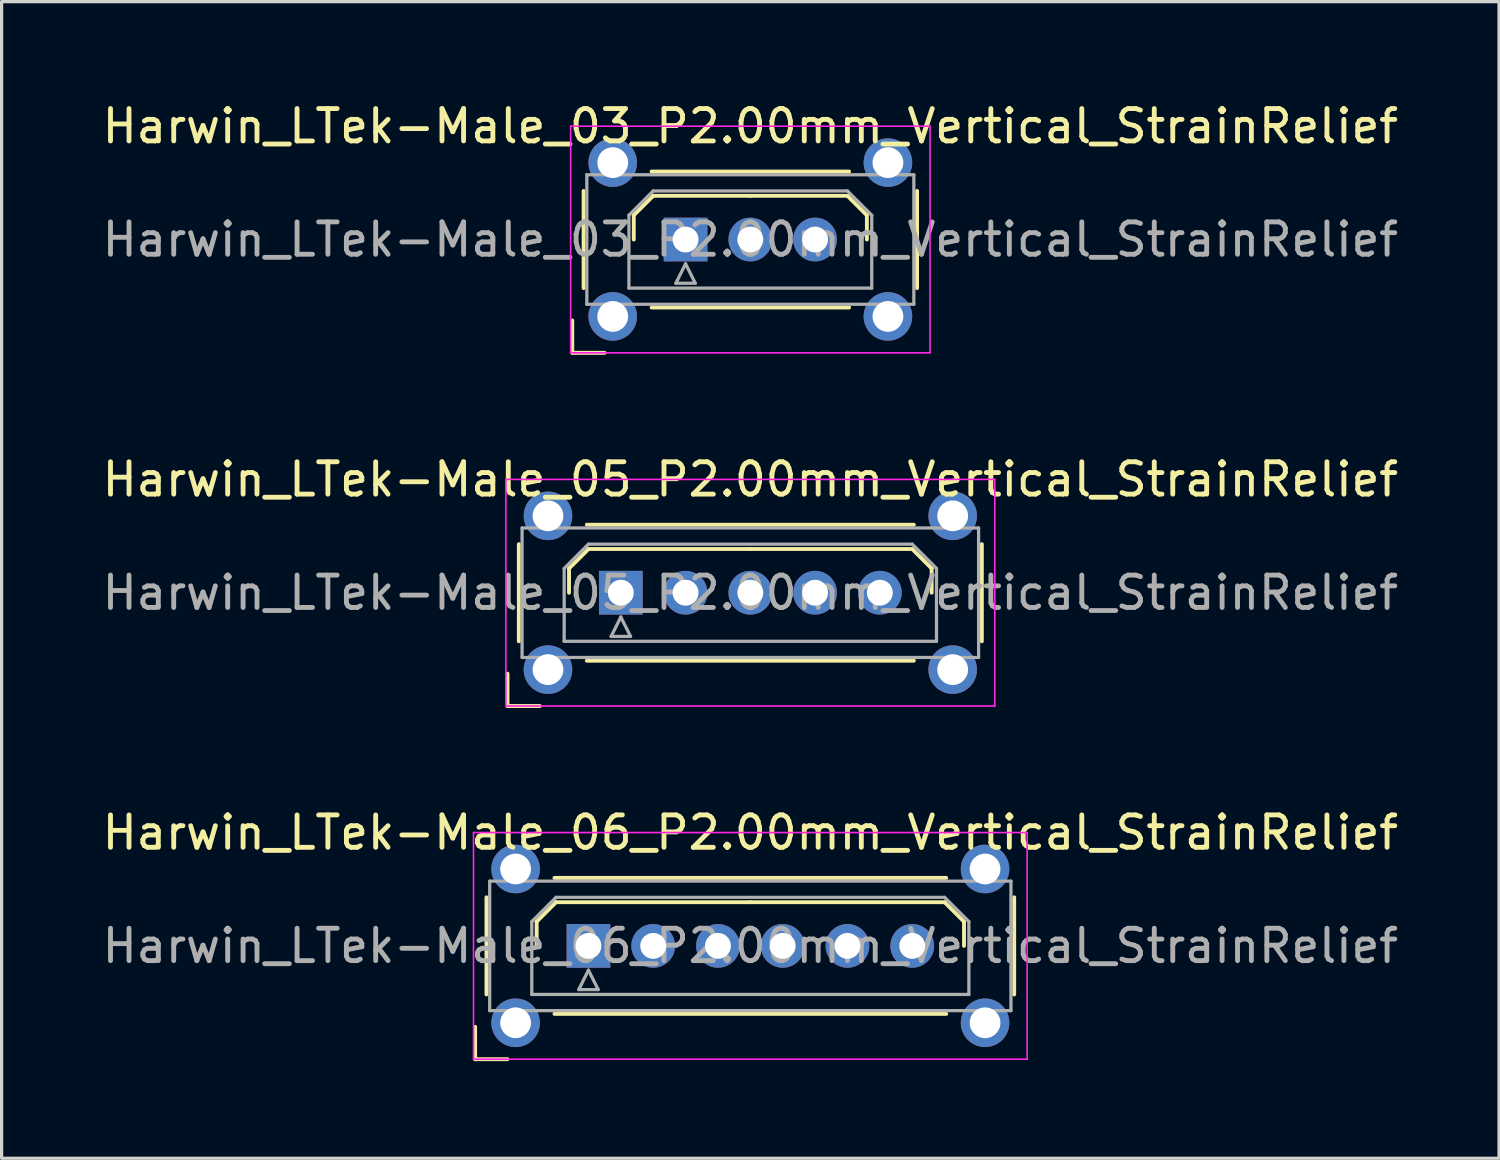
<source format=kicad_pcb>
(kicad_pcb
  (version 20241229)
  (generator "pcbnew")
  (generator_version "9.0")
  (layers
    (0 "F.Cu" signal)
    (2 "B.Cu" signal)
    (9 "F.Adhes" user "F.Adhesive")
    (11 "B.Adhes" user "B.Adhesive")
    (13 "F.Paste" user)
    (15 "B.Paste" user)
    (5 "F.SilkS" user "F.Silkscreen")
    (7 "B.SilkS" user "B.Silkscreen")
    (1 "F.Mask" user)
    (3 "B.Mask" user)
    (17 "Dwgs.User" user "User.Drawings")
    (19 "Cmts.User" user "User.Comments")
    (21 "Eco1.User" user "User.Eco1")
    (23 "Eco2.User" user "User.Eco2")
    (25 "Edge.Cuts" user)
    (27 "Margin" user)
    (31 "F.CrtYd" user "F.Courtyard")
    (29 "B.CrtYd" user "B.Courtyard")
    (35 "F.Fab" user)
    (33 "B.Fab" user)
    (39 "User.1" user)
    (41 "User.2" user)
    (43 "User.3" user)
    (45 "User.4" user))
  (footprint "Harwin_LTek-Male_05_P2.00mm_Vertical_StrainRelief"
    (layer "F.Cu")
    (at 16.125 15.257)
    (property "Reference" "Harwin_LTek-Male_05_P2.00mm_Vertical_StrainRelief" (at 4 -3.5 0) (layer "F.SilkS") (effects (font (size 1 1) (thickness 0.15))))
    (attr through_hole)
    (fp_line (start -3.5 2.5) (end -3.5 3.5) (stroke (width 0.12) (type solid)) (layer "F.SilkS"))
    (fp_line (start -3.5 3.5) (end -2.5 3.5) (stroke (width 0.12) (type solid)) (layer "F.SilkS"))
    (fp_line (start -3.15 -1.5) (end -3.15 1.5) (stroke (width 0.12) (type solid)) (layer "F.SilkS"))
    (fp_line (start -1.6 -0.75) (end -1 -1.35) (stroke (width 0.12) (type solid)) (layer "F.SilkS"))
    (fp_line (start -1.6 0) (end -1.6 -0.75) (stroke (width 0.12) (type solid)) (layer "F.SilkS"))
    (fp_line (start -1.05 -2.1) (end 9.05 -2.1) (stroke (width 0.12) (type solid)) (layer "F.SilkS"))
    (fp_line (start -1.05 2.1) (end 9.05 2.1) (stroke (width 0.12) (type solid)) (layer "F.SilkS"))
    (fp_line (start -1 -1.35) (end 4 -1.35) (stroke (width 0.12) (type solid)) (layer "F.SilkS"))
    (fp_line (start 9 -1.35) (end 4 -1.35) (stroke (width 0.12) (type solid)) (layer "F.SilkS"))
    (fp_line (start 9.6 -0.75) (end 9 -1.35) (stroke (width 0.12) (type solid)) (layer "F.SilkS"))
    (fp_line (start 9.6 0) (end 9.6 -0.75) (stroke (width 0.12) (type solid)) (layer "F.SilkS"))
    (fp_line (start 11.15 -1.5) (end 11.15 1.5) (stroke (width 0.12) (type solid)) (layer "F.SilkS"))
    (fp_line (start -3.55 -3.5) (end -3.55 3.5) (stroke (width 0.05) (type solid)) (layer "F.CrtYd"))
    (fp_line (start -3.55 3.5) (end 11.55 3.5) (stroke (width 0.05) (type solid)) (layer "F.CrtYd"))
    (fp_line (start 11.55 -3.5) (end -3.55 -3.5) (stroke (width 0.05) (type solid)) (layer "F.CrtYd"))
    (fp_line (start 11.55 3.5) (end 11.55 -3.5) (stroke (width 0.05) (type solid)) (layer "F.CrtYd"))
    (fp_line (start -3.05 -2) (end -3.05 2) (stroke (width 0.1) (type solid)) (layer "F.Fab"))
    (fp_line (start -3.05 2) (end 11.05 2) (stroke (width 0.1) (type solid)) (layer "F.Fab"))
    (fp_line (start -1.75 -0.75) (end -1 -1.5) (stroke (width 0.1) (type solid)) (layer "F.Fab"))
    (fp_line (start -1.75 1.5) (end -1.75 -0.75) (stroke (width 0.1) (type solid)) (layer "F.Fab"))
    (fp_line (start -1 -1.5) (end 9 -1.5) (stroke (width 0.1) (type solid)) (layer "F.Fab"))
    (fp_line (start -0.3 1.35) (end 0.3 1.35) (stroke (width 0.1) (type solid)) (layer "F.Fab"))
    (fp_line (start 0 0.75) (end -0.3 1.35) (stroke (width 0.1) (type solid)) (layer "F.Fab"))
    (fp_line (start 0.3 1.35) (end 0 0.75) (stroke (width 0.1) (type solid)) (layer "F.Fab"))
    (fp_line (start 9 -1.5) (end 9.75 -0.75) (stroke (width 0.1) (type solid)) (layer "F.Fab"))
    (fp_line (start 9.75 -0.75) (end 9.75 1.5) (stroke (width 0.1) (type solid)) (layer "F.Fab"))
    (fp_line (start 9.75 1.5) (end -1.75 1.5) (stroke (width 0.1) (type solid)) (layer "F.Fab"))
    (fp_line (start 11.05 -2) (end -3.05 -2) (stroke (width 0.1) (type solid)) (layer "F.Fab"))
    (fp_line (start 11.05 2) (end 11.05 -2) (stroke (width 0.1) (type solid)) (layer "F.Fab"))
    (fp_text user "${REFERENCE}" (at 4 0 0) (layer "F.Fab") (effects (font (size 1 1) (thickness 0.15))))
    (pad "" thru_hole circle (at -2.25 -2.375) (size 1.5 1.5) (drill 0.95) (layers "*.Cu" "*.Mask"))
    (pad "" thru_hole circle (at -2.25 2.375) (size 1.5 1.5) (drill 0.95) (layers "*.Cu" "*.Mask"))
    (pad "" thru_hole circle (at 10.25 -2.375) (size 1.5 1.5) (drill 0.95) (layers "*.Cu" "*.Mask"))
    (pad "" thru_hole circle (at 10.25 2.375) (size 1.5 1.5) (drill 0.95) (layers "*.Cu" "*.Mask"))
    (pad "1" thru_hole rect (at 0 0) (size 1.35 1.35) (drill 0.8) (layers "*.Cu" "*.Mask"))
    (pad "2" thru_hole circle (at 2 0) (size 1.35 1.35) (drill 0.8) (layers "*.Cu" "*.Mask"))
    (pad "3" thru_hole circle (at 4 0) (size 1.35 1.35) (drill 0.8) (layers "*.Cu" "*.Mask"))
    (pad "4" thru_hole circle (at 6 0) (size 1.35 1.35) (drill 0.8) (layers "*.Cu" "*.Mask"))
    (pad "5" thru_hole circle (at 8 0) (size 1.35 1.35) (drill 0.8) (layers "*.Cu" "*.Mask")))
  (footprint "Harwin_LTek-Male_06_P2.00mm_Vertical_StrainRelief"
    (layer "F.Cu")
    (at 15.125 26.165)
    (property "Reference" "Harwin_LTek-Male_06_P2.00mm_Vertical_StrainRelief" (at 5 -3.5 0) (layer "F.SilkS") (effects (font (size 1 1) (thickness 0.15))))
    (attr through_hole)
    (fp_line (start -3.5 2.5) (end -3.5 3.5) (stroke (width 0.12) (type solid)) (layer "F.SilkS"))
    (fp_line (start -3.5 3.5) (end -2.5 3.5) (stroke (width 0.12) (type solid)) (layer "F.SilkS"))
    (fp_line (start -3.15 -1.5) (end -3.15 1.5) (stroke (width 0.12) (type solid)) (layer "F.SilkS"))
    (fp_line (start -1.6 -0.75) (end -1 -1.35) (stroke (width 0.12) (type solid)) (layer "F.SilkS"))
    (fp_line (start -1.6 0) (end -1.6 -0.75) (stroke (width 0.12) (type solid)) (layer "F.SilkS"))
    (fp_line (start -1.05 -2.1) (end 11.05 -2.1) (stroke (width 0.12) (type solid)) (layer "F.SilkS"))
    (fp_line (start -1.05 2.1) (end 11.05 2.1) (stroke (width 0.12) (type solid)) (layer "F.SilkS"))
    (fp_line (start -1 -1.35) (end 5 -1.35) (stroke (width 0.12) (type solid)) (layer "F.SilkS"))
    (fp_line (start 11 -1.35) (end 5 -1.35) (stroke (width 0.12) (type solid)) (layer "F.SilkS"))
    (fp_line (start 11.6 -0.75) (end 11 -1.35) (stroke (width 0.12) (type solid)) (layer "F.SilkS"))
    (fp_line (start 11.6 0) (end 11.6 -0.75) (stroke (width 0.12) (type solid)) (layer "F.SilkS"))
    (fp_line (start 13.15 -1.5) (end 13.15 1.5) (stroke (width 0.12) (type solid)) (layer "F.SilkS"))
    (fp_line (start -3.55 -3.5) (end -3.55 3.5) (stroke (width 0.05) (type solid)) (layer "F.CrtYd"))
    (fp_line (start -3.55 3.5) (end 13.55 3.5) (stroke (width 0.05) (type solid)) (layer "F.CrtYd"))
    (fp_line (start 13.55 -3.5) (end -3.55 -3.5) (stroke (width 0.05) (type solid)) (layer "F.CrtYd"))
    (fp_line (start 13.55 3.5) (end 13.55 -3.5) (stroke (width 0.05) (type solid)) (layer "F.CrtYd"))
    (fp_line (start -3.05 -2) (end -3.05 2) (stroke (width 0.1) (type solid)) (layer "F.Fab"))
    (fp_line (start -3.05 2) (end 13.05 2) (stroke (width 0.1) (type solid)) (layer "F.Fab"))
    (fp_line (start -1.75 -0.75) (end -1 -1.5) (stroke (width 0.1) (type solid)) (layer "F.Fab"))
    (fp_line (start -1.75 1.5) (end -1.75 -0.75) (stroke (width 0.1) (type solid)) (layer "F.Fab"))
    (fp_line (start -1 -1.5) (end 11 -1.5) (stroke (width 0.1) (type solid)) (layer "F.Fab"))
    (fp_line (start -0.3 1.35) (end 0.3 1.35) (stroke (width 0.1) (type solid)) (layer "F.Fab"))
    (fp_line (start 0 0.75) (end -0.3 1.35) (stroke (width 0.1) (type solid)) (layer "F.Fab"))
    (fp_line (start 0.3 1.35) (end 0 0.75) (stroke (width 0.1) (type solid)) (layer "F.Fab"))
    (fp_line (start 11 -1.5) (end 11.75 -0.75) (stroke (width 0.1) (type solid)) (layer "F.Fab"))
    (fp_line (start 11.75 -0.75) (end 11.75 1.5) (stroke (width 0.1) (type solid)) (layer "F.Fab"))
    (fp_line (start 11.75 1.5) (end -1.75 1.5) (stroke (width 0.1) (type solid)) (layer "F.Fab"))
    (fp_line (start 13.05 -2) (end -3.05 -2) (stroke (width 0.1) (type solid)) (layer "F.Fab"))
    (fp_line (start 13.05 2) (end 13.05 -2) (stroke (width 0.1) (type solid)) (layer "F.Fab"))
    (fp_text user "${REFERENCE}" (at 5 0 0) (layer "F.Fab") (effects (font (size 1 1) (thickness 0.15))))
    (pad "" thru_hole circle (at -2.25 -2.375) (size 1.5 1.5) (drill 0.95) (layers "*.Cu" "*.Mask"))
    (pad "" thru_hole circle (at -2.25 2.375) (size 1.5 1.5) (drill 0.95) (layers "*.Cu" "*.Mask"))
    (pad "" thru_hole circle (at 12.25 -2.375) (size 1.5 1.5) (drill 0.95) (layers "*.Cu" "*.Mask"))
    (pad "" thru_hole circle (at 12.25 2.375) (size 1.5 1.5) (drill 0.95) (layers "*.Cu" "*.Mask"))
    (pad "1" thru_hole rect (at 0 0) (size 1.35 1.35) (drill 0.8) (layers "*.Cu" "*.Mask"))
    (pad "2" thru_hole circle (at 2 0) (size 1.35 1.35) (drill 0.8) (layers "*.Cu" "*.Mask"))
    (pad "3" thru_hole circle (at 4 0) (size 1.35 1.35) (drill 0.8) (layers "*.Cu" "*.Mask"))
    (pad "4" thru_hole circle (at 6 0) (size 1.35 1.35) (drill 0.8) (layers "*.Cu" "*.Mask"))
    (pad "5" thru_hole circle (at 8 0) (size 1.35 1.35) (drill 0.8) (layers "*.Cu" "*.Mask"))
    (pad "6" thru_hole circle (at 10 0) (size 1.35 1.35) (drill 0.8) (layers "*.Cu" "*.Mask")))
  (footprint "Harwin_LTek-Male_03_P2.00mm_Vertical_StrainRelief"
    (layer "F.Cu")
    (at 18.125 4.348)
    (property "Reference" "Harwin_LTek-Male_03_P2.00mm_Vertical_StrainRelief" (at 2 -3.5 0) (layer "F.SilkS") (effects (font (size 1 1) (thickness 0.15))))
    (attr through_hole)
    (fp_line (start -3.5 2.5) (end -3.5 3.5) (stroke (width 0.12) (type solid)) (layer "F.SilkS"))
    (fp_line (start -3.5 3.5) (end -2.5 3.5) (stroke (width 0.12) (type solid)) (layer "F.SilkS"))
    (fp_line (start -3.15 -1.5) (end -3.15 1.5) (stroke (width 0.12) (type solid)) (layer "F.SilkS"))
    (fp_line (start -1.6 -0.75) (end -1 -1.35) (stroke (width 0.12) (type solid)) (layer "F.SilkS"))
    (fp_line (start -1.6 0) (end -1.6 -0.75) (stroke (width 0.12) (type solid)) (layer "F.SilkS"))
    (fp_line (start -1.05 -2.1) (end 5.05 -2.1) (stroke (width 0.12) (type solid)) (layer "F.SilkS"))
    (fp_line (start -1.05 2.1) (end 5.05 2.1) (stroke (width 0.12) (type solid)) (layer "F.SilkS"))
    (fp_line (start -1 -1.35) (end 2 -1.35) (stroke (width 0.12) (type solid)) (layer "F.SilkS"))
    (fp_line (start 5 -1.35) (end 2 -1.35) (stroke (width 0.12) (type solid)) (layer "F.SilkS"))
    (fp_line (start 5.6 -0.75) (end 5 -1.35) (stroke (width 0.12) (type solid)) (layer "F.SilkS"))
    (fp_line (start 5.6 0) (end 5.6 -0.75) (stroke (width 0.12) (type solid)) (layer "F.SilkS"))
    (fp_line (start 7.15 -1.5) (end 7.15 1.5) (stroke (width 0.12) (type solid)) (layer "F.SilkS"))
    (fp_line (start -3.55 -3.5) (end -3.55 3.5) (stroke (width 0.05) (type solid)) (layer "F.CrtYd"))
    (fp_line (start -3.55 3.5) (end 7.55 3.5) (stroke (width 0.05) (type solid)) (layer "F.CrtYd"))
    (fp_line (start 7.55 -3.5) (end -3.55 -3.5) (stroke (width 0.05) (type solid)) (layer "F.CrtYd"))
    (fp_line (start 7.55 3.5) (end 7.55 -3.5) (stroke (width 0.05) (type solid)) (layer "F.CrtYd"))
    (fp_line (start -3.05 -2) (end -3.05 2) (stroke (width 0.1) (type solid)) (layer "F.Fab"))
    (fp_line (start -3.05 2) (end 7.05 2) (stroke (width 0.1) (type solid)) (layer "F.Fab"))
    (fp_line (start -1.75 -0.75) (end -1 -1.5) (stroke (width 0.1) (type solid)) (layer "F.Fab"))
    (fp_line (start -1.75 1.5) (end -1.75 -0.75) (stroke (width 0.1) (type solid)) (layer "F.Fab"))
    (fp_line (start -1 -1.5) (end 5 -1.5) (stroke (width 0.1) (type solid)) (layer "F.Fab"))
    (fp_line (start -0.3 1.35) (end 0.3 1.35) (stroke (width 0.1) (type solid)) (layer "F.Fab"))
    (fp_line (start 0 0.75) (end -0.3 1.35) (stroke (width 0.1) (type solid)) (layer "F.Fab"))
    (fp_line (start 0.3 1.35) (end 0 0.75) (stroke (width 0.1) (type solid)) (layer "F.Fab"))
    (fp_line (start 5 -1.5) (end 5.75 -0.75) (stroke (width 0.1) (type solid)) (layer "F.Fab"))
    (fp_line (start 5.75 -0.75) (end 5.75 1.5) (stroke (width 0.1) (type solid)) (layer "F.Fab"))
    (fp_line (start 5.75 1.5) (end -1.75 1.5) (stroke (width 0.1) (type solid)) (layer "F.Fab"))
    (fp_line (start 7.05 -2) (end -3.05 -2) (stroke (width 0.1) (type solid)) (layer "F.Fab"))
    (fp_line (start 7.05 2) (end 7.05 -2) (stroke (width 0.1) (type solid)) (layer "F.Fab"))
    (fp_text user "${REFERENCE}" (at 2 0 0) (layer "F.Fab") (effects (font (size 1 1) (thickness 0.15))))
    (pad "" thru_hole circle (at -2.25 -2.375) (size 1.5 1.5) (drill 0.95) (layers "*.Cu" "*.Mask"))
    (pad "" thru_hole circle (at -2.25 2.375) (size 1.5 1.5) (drill 0.95) (layers "*.Cu" "*.Mask"))
    (pad "" thru_hole circle (at 6.25 -2.375) (size 1.5 1.5) (drill 0.95) (layers "*.Cu" "*.Mask"))
    (pad "" thru_hole circle (at 6.25 2.375) (size 1.5 1.5) (drill 0.95) (layers "*.Cu" "*.Mask"))
    (pad "1" thru_hole rect (at 0 0) (size 1.35 1.35) (drill 0.8) (layers "*.Cu" "*.Mask"))
    (pad "2" thru_hole circle (at 2 0) (size 1.35 1.35) (drill 0.8) (layers "*.Cu" "*.Mask"))
    (pad "3" thru_hole circle (at 4 0) (size 1.35 1.35) (drill 0.8) (layers "*.Cu" "*.Mask")))
  (gr_rect
    (start -3 -3)
    (end 43.25 32.725)
    (stroke (width 0.1) (type default))
    (fill no)
    (layer "Edge.Cuts")))
</source>
